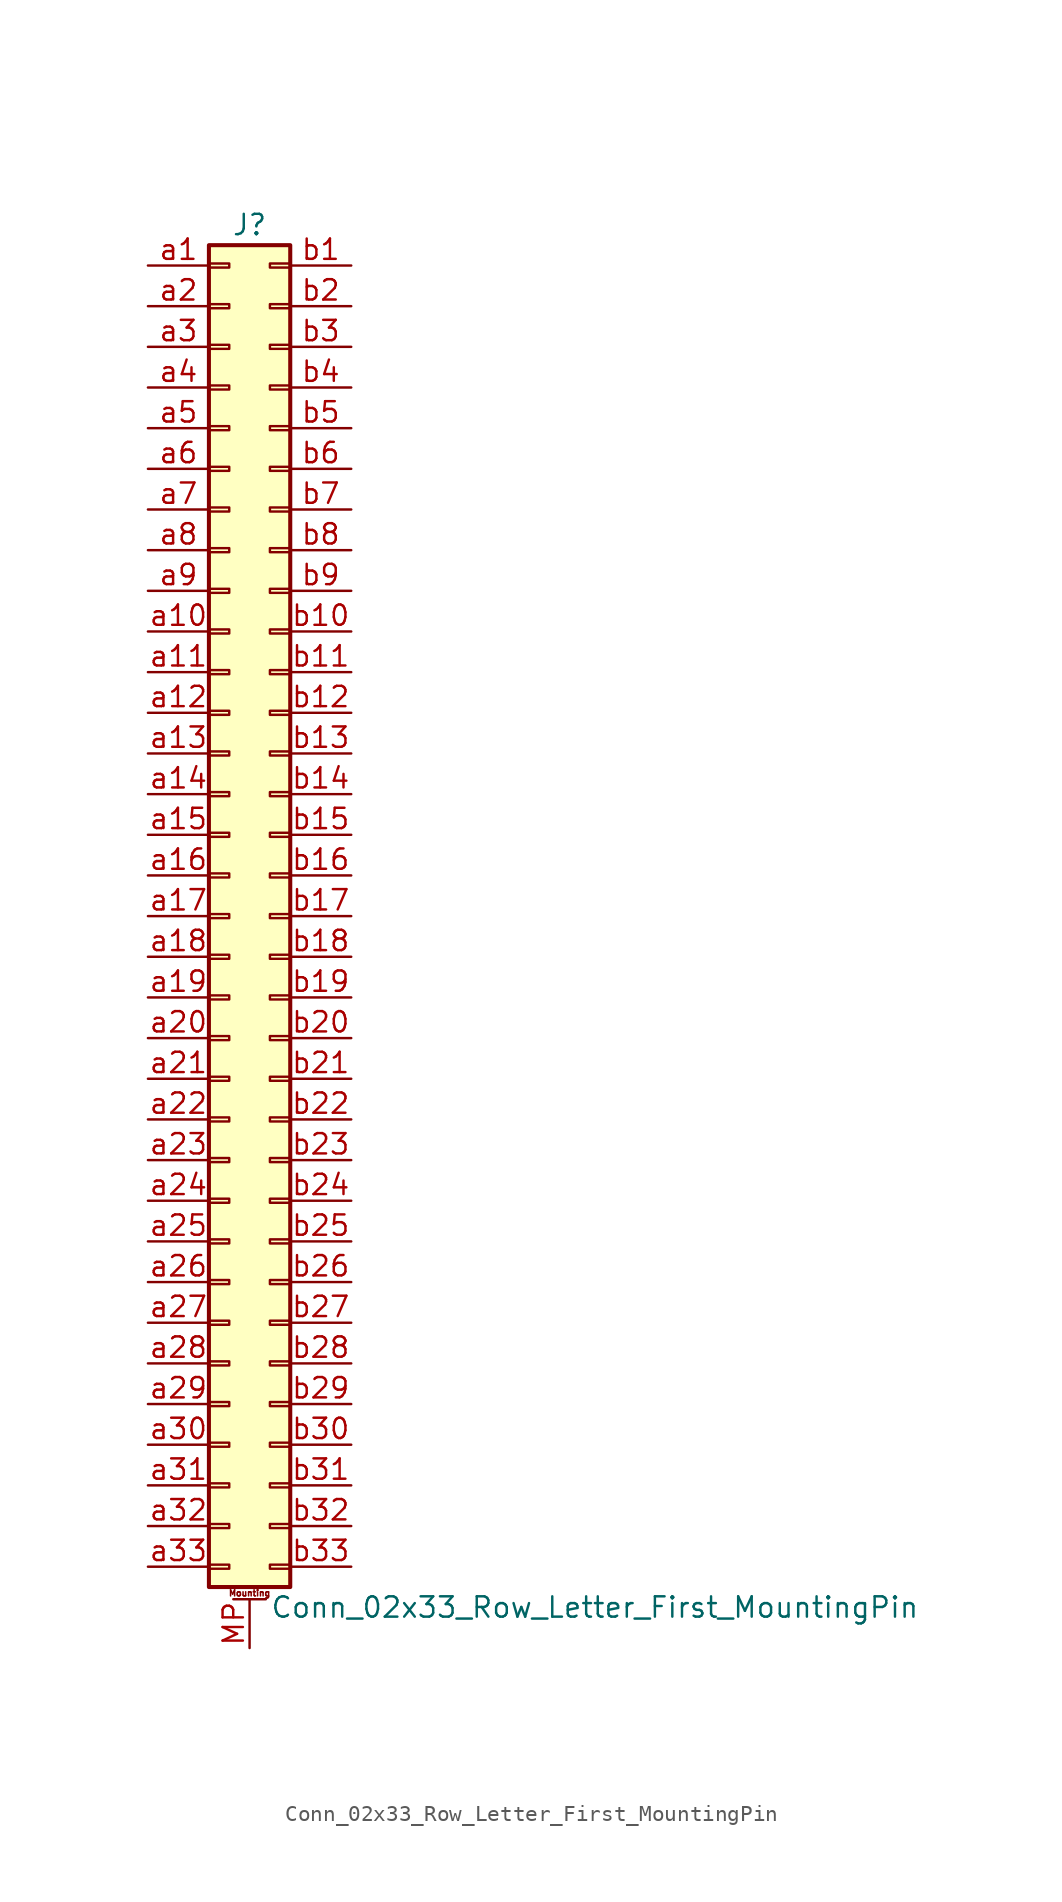
<source format=kicad_sym>
(kicad_symbol_lib
  (version 20211014)
  (generator kicad_symbol_editor)
  (symbol "Conn_02x33_Row_Letter_First_MountingPin"
    (pin_names
      (offset 1.016) hide)
    (property "Reference" "J"
      (at 1.27 43.18 0)
      (effects (font (size 1.27 1.27))))
    (property "Value" "Conn_02x33_Row_Letter_First_MountingPin"
      (at 2.54 -43.18 0)
      (effects (font (size 1.27 1.27)) (justify left)))
    (symbol "Conn_02x33_Row_Letter_First_MountingPin_1_1"
      (rectangle (start -1.27 -40.513) (end 0 -40.767) (stroke (width 0.152) (type default) (color 0 0 0 0)) (fill (type none)))
      (rectangle (start -1.27 -37.973) (end 0 -38.227) (stroke (width 0.152) (type default) (color 0 0 0 0)) (fill (type none)))
      (rectangle (start -1.27 -35.433) (end 0 -35.687) (stroke (width 0.152) (type default) (color 0 0 0 0)) (fill (type none)))
      (rectangle (start -1.27 -32.893) (end 0 -33.147) (stroke (width 0.152) (type default) (color 0 0 0 0)) (fill (type none)))
      (rectangle (start -1.27 -30.353) (end 0 -30.607) (stroke (width 0.152) (type default) (color 0 0 0 0)) (fill (type none)))
      (rectangle (start -1.27 -27.813) (end 0 -28.067) (stroke (width 0.152) (type default) (color 0 0 0 0)) (fill (type none)))
      (rectangle (start -1.27 -25.273) (end 0 -25.527) (stroke (width 0.152) (type default) (color 0 0 0 0)) (fill (type none)))
      (rectangle (start -1.27 -22.733) (end 0 -22.987) (stroke (width 0.152) (type default) (color 0 0 0 0)) (fill (type none)))
      (rectangle (start -1.27 -20.193) (end 0 -20.447) (stroke (width 0.152) (type default) (color 0 0 0 0)) (fill (type none)))
      (rectangle (start -1.27 -17.653) (end 0 -17.907) (stroke (width 0.152) (type default) (color 0 0 0 0)) (fill (type none)))
      (rectangle (start -1.27 -15.113) (end 0 -15.367) (stroke (width 0.152) (type default) (color 0 0 0 0)) (fill (type none)))
      (rectangle (start -1.27 -12.573) (end 0 -12.827) (stroke (width 0.152) (type default) (color 0 0 0 0)) (fill (type none)))
      (rectangle (start -1.27 -10.033) (end 0 -10.287) (stroke (width 0.152) (type default) (color 0 0 0 0)) (fill (type none)))
      (rectangle (start -1.27 -7.493) (end 0 -7.747) (stroke (width 0.152) (type default) (color 0 0 0 0)) (fill (type none)))
      (rectangle (start -1.27 -4.953) (end 0 -5.207) (stroke (width 0.152) (type default) (color 0 0 0 0)) (fill (type none)))
      (rectangle (start -1.27 -2.413) (end 0 -2.667) (stroke (width 0.152) (type default) (color 0 0 0 0)) (fill (type none)))
      (rectangle (start -1.27 0.127) (end 0 -0.127) (stroke (width 0.152) (type default) (color 0 0 0 0)) (fill (type none)))
      (rectangle (start -1.27 2.667) (end 0 2.413) (stroke (width 0.152) (type default) (color 0 0 0 0)) (fill (type none)))
      (rectangle (start -1.27 5.207) (end 0 4.953) (stroke (width 0.152) (type default) (color 0 0 0 0)) (fill (type none)))
      (rectangle (start -1.27 7.747) (end 0 7.493) (stroke (width 0.152) (type default) (color 0 0 0 0)) (fill (type none)))
      (rectangle (start -1.27 10.287) (end 0 10.033) (stroke (width 0.152) (type default) (color 0 0 0 0)) (fill (type none)))
      (rectangle (start -1.27 12.827) (end 0 12.573) (stroke (width 0.152) (type default) (color 0 0 0 0)) (fill (type none)))
      (rectangle (start -1.27 15.367) (end 0 15.113) (stroke (width 0.152) (type default) (color 0 0 0 0)) (fill (type none)))
      (rectangle (start -1.27 17.907) (end 0 17.653) (stroke (width 0.152) (type default) (color 0 0 0 0)) (fill (type none)))
      (rectangle (start -1.27 20.447) (end 0 20.193) (stroke (width 0.152) (type default) (color 0 0 0 0)) (fill (type none)))
      (rectangle (start -1.27 22.987) (end 0 22.733) (stroke (width 0.152) (type default) (color 0 0 0 0)) (fill (type none)))
      (rectangle (start -1.27 25.527) (end 0 25.273) (stroke (width 0.152) (type default) (color 0 0 0 0)) (fill (type none)))
      (rectangle (start -1.27 28.067) (end 0 27.813) (stroke (width 0.152) (type default) (color 0 0 0 0)) (fill (type none)))
      (rectangle (start -1.27 30.607) (end 0 30.353) (stroke (width 0.152) (type default) (color 0 0 0 0)) (fill (type none)))
      (rectangle (start -1.27 33.147) (end 0 32.893) (stroke (width 0.152) (type default) (color 0 0 0 0)) (fill (type none)))
      (rectangle (start -1.27 35.687) (end 0 35.433) (stroke (width 0.152) (type default) (color 0 0 0 0)) (fill (type none)))
      (rectangle (start -1.27 38.227) (end 0 37.973) (stroke (width 0.152) (type default) (color 0 0 0 0)) (fill (type none)))
      (rectangle (start -1.27 40.767) (end 0 40.513) (stroke (width 0.152) (type default) (color 0 0 0 0)) (fill (type none)))
      (rectangle (start -1.27 41.91) (end 3.81 -41.91) (stroke (width 0.254) (type default) (color 0 0 0 0)) (fill (type background)))
      (polyline (pts (xy 0.254 -42.672) (xy 2.286 -42.672)) (stroke (width 0.152) (type default) (color 0 0 0 0)) (fill (type none)))
      (rectangle (start 3.81 -40.513) (end 2.54 -40.767) (stroke (width 0.152) (type default) (color 0 0 0 0)) (fill (type none)))
      (rectangle (start 3.81 -37.973) (end 2.54 -38.227) (stroke (width 0.152) (type default) (color 0 0 0 0)) (fill (type none)))
      (rectangle (start 3.81 -35.433) (end 2.54 -35.687) (stroke (width 0.152) (type default) (color 0 0 0 0)) (fill (type none)))
      (rectangle (start 3.81 -32.893) (end 2.54 -33.147) (stroke (width 0.152) (type default) (color 0 0 0 0)) (fill (type none)))
      (rectangle (start 3.81 -30.353) (end 2.54 -30.607) (stroke (width 0.152) (type default) (color 0 0 0 0)) (fill (type none)))
      (rectangle (start 3.81 -27.813) (end 2.54 -28.067) (stroke (width 0.152) (type default) (color 0 0 0 0)) (fill (type none)))
      (rectangle (start 3.81 -25.273) (end 2.54 -25.527) (stroke (width 0.152) (type default) (color 0 0 0 0)) (fill (type none)))
      (rectangle (start 3.81 -22.733) (end 2.54 -22.987) (stroke (width 0.152) (type default) (color 0 0 0 0)) (fill (type none)))
      (rectangle (start 3.81 -20.193) (end 2.54 -20.447) (stroke (width 0.152) (type default) (color 0 0 0 0)) (fill (type none)))
      (rectangle (start 3.81 -17.653) (end 2.54 -17.907) (stroke (width 0.152) (type default) (color 0 0 0 0)) (fill (type none)))
      (rectangle (start 3.81 -15.113) (end 2.54 -15.367) (stroke (width 0.152) (type default) (color 0 0 0 0)) (fill (type none)))
      (rectangle (start 3.81 -12.573) (end 2.54 -12.827) (stroke (width 0.152) (type default) (color 0 0 0 0)) (fill (type none)))
      (rectangle (start 3.81 -10.033) (end 2.54 -10.287) (stroke (width 0.152) (type default) (color 0 0 0 0)) (fill (type none)))
      (rectangle (start 3.81 -7.493) (end 2.54 -7.747) (stroke (width 0.152) (type default) (color 0 0 0 0)) (fill (type none)))
      (rectangle (start 3.81 -4.953) (end 2.54 -5.207) (stroke (width 0.152) (type default) (color 0 0 0 0)) (fill (type none)))
      (rectangle (start 3.81 -2.413) (end 2.54 -2.667) (stroke (width 0.152) (type default) (color 0 0 0 0)) (fill (type none)))
      (rectangle (start 3.81 0.127) (end 2.54 -0.127) (stroke (width 0.152) (type default) (color 0 0 0 0)) (fill (type none)))
      (rectangle (start 3.81 2.667) (end 2.54 2.413) (stroke (width 0.152) (type default) (color 0 0 0 0)) (fill (type none)))
      (rectangle (start 3.81 5.207) (end 2.54 4.953) (stroke (width 0.152) (type default) (color 0 0 0 0)) (fill (type none)))
      (rectangle (start 3.81 7.747) (end 2.54 7.493) (stroke (width 0.152) (type default) (color 0 0 0 0)) (fill (type none)))
      (rectangle (start 3.81 10.287) (end 2.54 10.033) (stroke (width 0.152) (type default) (color 0 0 0 0)) (fill (type none)))
      (rectangle (start 3.81 12.827) (end 2.54 12.573) (stroke (width 0.152) (type default) (color 0 0 0 0)) (fill (type none)))
      (rectangle (start 3.81 15.367) (end 2.54 15.113) (stroke (width 0.152) (type default) (color 0 0 0 0)) (fill (type none)))
      (rectangle (start 3.81 17.907) (end 2.54 17.653) (stroke (width 0.152) (type default) (color 0 0 0 0)) (fill (type none)))
      (rectangle (start 3.81 20.447) (end 2.54 20.193) (stroke (width 0.152) (type default) (color 0 0 0 0)) (fill (type none)))
      (rectangle (start 3.81 22.987) (end 2.54 22.733) (stroke (width 0.152) (type default) (color 0 0 0 0)) (fill (type none)))
      (rectangle (start 3.81 25.527) (end 2.54 25.273) (stroke (width 0.152) (type default) (color 0 0 0 0)) (fill (type none)))
      (rectangle (start 3.81 28.067) (end 2.54 27.813) (stroke (width 0.152) (type default) (color 0 0 0 0)) (fill (type none)))
      (rectangle (start 3.81 30.607) (end 2.54 30.353) (stroke (width 0.152) (type default) (color 0 0 0 0)) (fill (type none)))
      (rectangle (start 3.81 33.147) (end 2.54 32.893) (stroke (width 0.152) (type default) (color 0 0 0 0)) (fill (type none)))
      (rectangle (start 3.81 35.687) (end 2.54 35.433) (stroke (width 0.152) (type default) (color 0 0 0 0)) (fill (type none)))
      (rectangle (start 3.81 38.227) (end 2.54 37.973) (stroke (width 0.152) (type default) (color 0 0 0 0)) (fill (type none)))
      (rectangle (start 3.81 40.767) (end 2.54 40.513) (stroke (width 0.152) (type default) (color 0 0 0 0)) (fill (type none)))
      (text "Mounting" (at 1.27 -42.291 0) (effects (font (size 0.381 0.381))))
      (pin passive line (at 1.27 -45.72 90) (length 3.048) (name "MountPin" (effects (font (size 1.27 1.27)))) (number "MP" (effects (font (size 1.27 1.27)))))
      (pin passive line (at -5.08 40.64 0) (length 3.81) (name "Pin_a1" (effects (font (size 1.27 1.27)))) (number "a1" (effects (font (size 1.27 1.27)))))
      (pin passive line (at -5.08 17.78 0) (length 3.81) (name "Pin_a10" (effects (font (size 1.27 1.27)))) (number "a10" (effects (font (size 1.27 1.27)))))
      (pin passive line (at -5.08 15.24 0) (length 3.81) (name "Pin_a11" (effects (font (size 1.27 1.27)))) (number "a11" (effects (font (size 1.27 1.27)))))
      (pin passive line (at -5.08 12.7 0) (length 3.81) (name "Pin_a12" (effects (font (size 1.27 1.27)))) (number "a12" (effects (font (size 1.27 1.27)))))
      (pin passive line (at -5.08 10.16 0) (length 3.81) (name "Pin_a13" (effects (font (size 1.27 1.27)))) (number "a13" (effects (font (size 1.27 1.27)))))
      (pin passive line (at -5.08 7.62 0) (length 3.81) (name "Pin_a14" (effects (font (size 1.27 1.27)))) (number "a14" (effects (font (size 1.27 1.27)))))
      (pin passive line (at -5.08 5.08 0) (length 3.81) (name "Pin_a15" (effects (font (size 1.27 1.27)))) (number "a15" (effects (font (size 1.27 1.27)))))
      (pin passive line (at -5.08 2.54 0) (length 3.81) (name "Pin_a16" (effects (font (size 1.27 1.27)))) (number "a16" (effects (font (size 1.27 1.27)))))
      (pin passive line (at -5.08 0 0) (length 3.81) (name "Pin_a17" (effects (font (size 1.27 1.27)))) (number "a17" (effects (font (size 1.27 1.27)))))
      (pin passive line (at -5.08 -2.54 0) (length 3.81) (name "Pin_a18" (effects (font (size 1.27 1.27)))) (number "a18" (effects (font (size 1.27 1.27)))))
      (pin passive line (at -5.08 -5.08 0) (length 3.81) (name "Pin_a19" (effects (font (size 1.27 1.27)))) (number "a19" (effects (font (size 1.27 1.27)))))
      (pin passive line (at -5.08 38.1 0) (length 3.81) (name "Pin_a2" (effects (font (size 1.27 1.27)))) (number "a2" (effects (font (size 1.27 1.27)))))
      (pin passive line (at -5.08 -7.62 0) (length 3.81) (name "Pin_a20" (effects (font (size 1.27 1.27)))) (number "a20" (effects (font (size 1.27 1.27)))))
      (pin passive line (at -5.08 -10.16 0) (length 3.81) (name "Pin_a21" (effects (font (size 1.27 1.27)))) (number "a21" (effects (font (size 1.27 1.27)))))
      (pin passive line (at -5.08 -12.7 0) (length 3.81) (name "Pin_a22" (effects (font (size 1.27 1.27)))) (number "a22" (effects (font (size 1.27 1.27)))))
      (pin passive line (at -5.08 -15.24 0) (length 3.81) (name "Pin_a23" (effects (font (size 1.27 1.27)))) (number "a23" (effects (font (size 1.27 1.27)))))
      (pin passive line (at -5.08 -17.78 0) (length 3.81) (name "Pin_a24" (effects (font (size 1.27 1.27)))) (number "a24" (effects (font (size 1.27 1.27)))))
      (pin passive line (at -5.08 -20.32 0) (length 3.81) (name "Pin_a25" (effects (font (size 1.27 1.27)))) (number "a25" (effects (font (size 1.27 1.27)))))
      (pin passive line (at -5.08 -22.86 0) (length 3.81) (name "Pin_a26" (effects (font (size 1.27 1.27)))) (number "a26" (effects (font (size 1.27 1.27)))))
      (pin passive line (at -5.08 -25.4 0) (length 3.81) (name "Pin_a27" (effects (font (size 1.27 1.27)))) (number "a27" (effects (font (size 1.27 1.27)))))
      (pin passive line (at -5.08 -27.94 0) (length 3.81) (name "Pin_a28" (effects (font (size 1.27 1.27)))) (number "a28" (effects (font (size 1.27 1.27)))))
      (pin passive line (at -5.08 -30.48 0) (length 3.81) (name "Pin_a29" (effects (font (size 1.27 1.27)))) (number "a29" (effects (font (size 1.27 1.27)))))
      (pin passive line (at -5.08 35.56 0) (length 3.81) (name "Pin_a3" (effects (font (size 1.27 1.27)))) (number "a3" (effects (font (size 1.27 1.27)))))
      (pin passive line (at -5.08 -33.02 0) (length 3.81) (name "Pin_a30" (effects (font (size 1.27 1.27)))) (number "a30" (effects (font (size 1.27 1.27)))))
      (pin passive line (at -5.08 -35.56 0) (length 3.81) (name "Pin_a31" (effects (font (size 1.27 1.27)))) (number "a31" (effects (font (size 1.27 1.27)))))
      (pin passive line (at -5.08 -38.1 0) (length 3.81) (name "Pin_a32" (effects (font (size 1.27 1.27)))) (number "a32" (effects (font (size 1.27 1.27)))))
      (pin passive line (at -5.08 -40.64 0) (length 3.81) (name "Pin_a33" (effects (font (size 1.27 1.27)))) (number "a33" (effects (font (size 1.27 1.27)))))
      (pin passive line (at -5.08 33.02 0) (length 3.81) (name "Pin_a4" (effects (font (size 1.27 1.27)))) (number "a4" (effects (font (size 1.27 1.27)))))
      (pin passive line (at -5.08 30.48 0) (length 3.81) (name "Pin_a5" (effects (font (size 1.27 1.27)))) (number "a5" (effects (font (size 1.27 1.27)))))
      (pin passive line (at -5.08 27.94 0) (length 3.81) (name "Pin_a6" (effects (font (size 1.27 1.27)))) (number "a6" (effects (font (size 1.27 1.27)))))
      (pin passive line (at -5.08 25.4 0) (length 3.81) (name "Pin_a7" (effects (font (size 1.27 1.27)))) (number "a7" (effects (font (size 1.27 1.27)))))
      (pin passive line (at -5.08 22.86 0) (length 3.81) (name "Pin_a8" (effects (font (size 1.27 1.27)))) (number "a8" (effects (font (size 1.27 1.27)))))
      (pin passive line (at -5.08 20.32 0) (length 3.81) (name "Pin_a9" (effects (font (size 1.27 1.27)))) (number "a9" (effects (font (size 1.27 1.27)))))
      (pin passive line (at 7.62 40.64 180) (length 3.81) (name "Pin_b1" (effects (font (size 1.27 1.27)))) (number "b1" (effects (font (size 1.27 1.27)))))
      (pin passive line (at 7.62 17.78 180) (length 3.81) (name "Pin_b10" (effects (font (size 1.27 1.27)))) (number "b10" (effects (font (size 1.27 1.27)))))
      (pin passive line (at 7.62 15.24 180) (length 3.81) (name "Pin_b11" (effects (font (size 1.27 1.27)))) (number "b11" (effects (font (size 1.27 1.27)))))
      (pin passive line (at 7.62 12.7 180) (length 3.81) (name "Pin_b12" (effects (font (size 1.27 1.27)))) (number "b12" (effects (font (size 1.27 1.27)))))
      (pin passive line (at 7.62 10.16 180) (length 3.81) (name "Pin_b13" (effects (font (size 1.27 1.27)))) (number "b13" (effects (font (size 1.27 1.27)))))
      (pin passive line (at 7.62 7.62 180) (length 3.81) (name "Pin_b14" (effects (font (size 1.27 1.27)))) (number "b14" (effects (font (size 1.27 1.27)))))
      (pin passive line (at 7.62 5.08 180) (length 3.81) (name "Pin_b15" (effects (font (size 1.27 1.27)))) (number "b15" (effects (font (size 1.27 1.27)))))
      (pin passive line (at 7.62 2.54 180) (length 3.81) (name "Pin_b16" (effects (font (size 1.27 1.27)))) (number "b16" (effects (font (size 1.27 1.27)))))
      (pin passive line (at 7.62 0 180) (length 3.81) (name "Pin_b17" (effects (font (size 1.27 1.27)))) (number "b17" (effects (font (size 1.27 1.27)))))
      (pin passive line (at 7.62 -2.54 180) (length 3.81) (name "Pin_b18" (effects (font (size 1.27 1.27)))) (number "b18" (effects (font (size 1.27 1.27)))))
      (pin passive line (at 7.62 -5.08 180) (length 3.81) (name "Pin_b19" (effects (font (size 1.27 1.27)))) (number "b19" (effects (font (size 1.27 1.27)))))
      (pin passive line (at 7.62 38.1 180) (length 3.81) (name "Pin_b2" (effects (font (size 1.27 1.27)))) (number "b2" (effects (font (size 1.27 1.27)))))
      (pin passive line (at 7.62 -7.62 180) (length 3.81) (name "Pin_b20" (effects (font (size 1.27 1.27)))) (number "b20" (effects (font (size 1.27 1.27)))))
      (pin passive line (at 7.62 -10.16 180) (length 3.81) (name "Pin_b21" (effects (font (size 1.27 1.27)))) (number "b21" (effects (font (size 1.27 1.27)))))
      (pin passive line (at 7.62 -12.7 180) (length 3.81) (name "Pin_b22" (effects (font (size 1.27 1.27)))) (number "b22" (effects (font (size 1.27 1.27)))))
      (pin passive line (at 7.62 -15.24 180) (length 3.81) (name "Pin_b23" (effects (font (size 1.27 1.27)))) (number "b23" (effects (font (size 1.27 1.27)))))
      (pin passive line (at 7.62 -17.78 180) (length 3.81) (name "Pin_b24" (effects (font (size 1.27 1.27)))) (number "b24" (effects (font (size 1.27 1.27)))))
      (pin passive line (at 7.62 -20.32 180) (length 3.81) (name "Pin_b25" (effects (font (size 1.27 1.27)))) (number "b25" (effects (font (size 1.27 1.27)))))
      (pin passive line (at 7.62 -22.86 180) (length 3.81) (name "Pin_b26" (effects (font (size 1.27 1.27)))) (number "b26" (effects (font (size 1.27 1.27)))))
      (pin passive line (at 7.62 -25.4 180) (length 3.81) (name "Pin_b27" (effects (font (size 1.27 1.27)))) (number "b27" (effects (font (size 1.27 1.27)))))
      (pin passive line (at 7.62 -27.94 180) (length 3.81) (name "Pin_b28" (effects (font (size 1.27 1.27)))) (number "b28" (effects (font (size 1.27 1.27)))))
      (pin passive line (at 7.62 -30.48 180) (length 3.81) (name "Pin_b29" (effects (font (size 1.27 1.27)))) (number "b29" (effects (font (size 1.27 1.27)))))
      (pin passive line (at 7.62 35.56 180) (length 3.81) (name "Pin_b3" (effects (font (size 1.27 1.27)))) (number "b3" (effects (font (size 1.27 1.27)))))
      (pin passive line (at 7.62 -33.02 180) (length 3.81) (name "Pin_b30" (effects (font (size 1.27 1.27)))) (number "b30" (effects (font (size 1.27 1.27)))))
      (pin passive line (at 7.62 -35.56 180) (length 3.81) (name "Pin_b31" (effects (font (size 1.27 1.27)))) (number "b31" (effects (font (size 1.27 1.27)))))
      (pin passive line (at 7.62 -38.1 180) (length 3.81) (name "Pin_b32" (effects (font (size 1.27 1.27)))) (number "b32" (effects (font (size 1.27 1.27)))))
      (pin passive line (at 7.62 -40.64 180) (length 3.81) (name "Pin_b33" (effects (font (size 1.27 1.27)))) (number "b33" (effects (font (size 1.27 1.27)))))
      (pin passive line (at 7.62 33.02 180) (length 3.81) (name "Pin_b4" (effects (font (size 1.27 1.27)))) (number "b4" (effects (font (size 1.27 1.27)))))
      (pin passive line (at 7.62 30.48 180) (length 3.81) (name "Pin_b5" (effects (font (size 1.27 1.27)))) (number "b5" (effects (font (size 1.27 1.27)))))
      (pin passive line (at 7.62 27.94 180) (length 3.81) (name "Pin_b6" (effects (font (size 1.27 1.27)))) (number "b6" (effects (font (size 1.27 1.27)))))
      (pin passive line (at 7.62 25.4 180) (length 3.81) (name "Pin_b7" (effects (font (size 1.27 1.27)))) (number "b7" (effects (font (size 1.27 1.27)))))
      (pin passive line (at 7.62 22.86 180) (length 3.81) (name "Pin_b8" (effects (font (size 1.27 1.27)))) (number "b8" (effects (font (size 1.27 1.27)))))
      (pin passive line (at 7.62 20.32 180) (length 3.81) (name "Pin_b9" (effects (font (size 1.27 1.27)))) (number "b9" (effects (font (size 1.27 1.27))))))))
</source>
